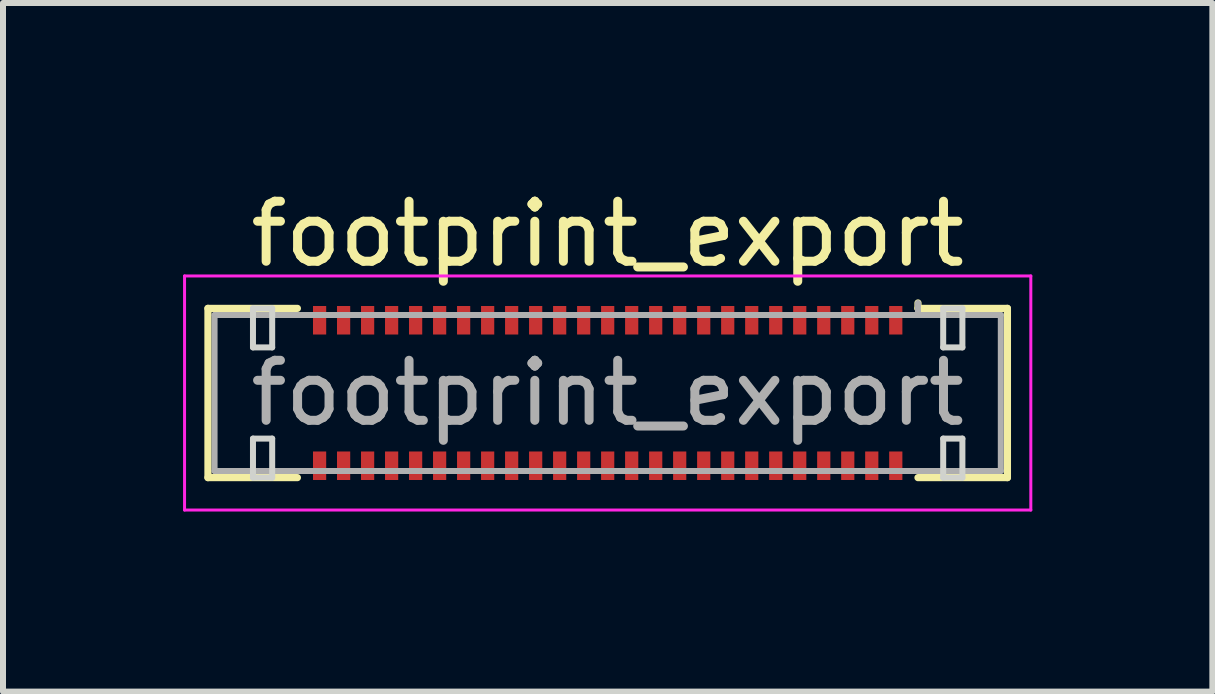
<source format=kicad_pcb>
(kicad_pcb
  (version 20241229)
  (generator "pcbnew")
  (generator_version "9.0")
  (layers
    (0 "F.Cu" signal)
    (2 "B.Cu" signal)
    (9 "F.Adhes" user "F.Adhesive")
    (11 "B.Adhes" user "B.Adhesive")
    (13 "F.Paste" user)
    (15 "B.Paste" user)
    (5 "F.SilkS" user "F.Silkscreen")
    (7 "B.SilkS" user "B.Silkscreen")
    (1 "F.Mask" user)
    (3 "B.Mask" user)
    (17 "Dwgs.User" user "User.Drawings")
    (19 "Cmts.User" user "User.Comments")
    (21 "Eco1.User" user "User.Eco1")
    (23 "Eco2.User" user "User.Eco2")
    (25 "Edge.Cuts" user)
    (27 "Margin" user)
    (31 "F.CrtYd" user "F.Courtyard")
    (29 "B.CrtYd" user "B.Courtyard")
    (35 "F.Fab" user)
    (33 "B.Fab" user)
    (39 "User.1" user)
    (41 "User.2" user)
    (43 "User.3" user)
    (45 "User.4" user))
  (footprint "footprint_export"
    (layer "F.Cu")
    (at 7.075 3.498)
    (property "Reference" "footprint_export" (at 0 -2.65 0) (layer "F.SilkS") (effects (font (size 1 1) (thickness 0.15))))
    (attr smd)
    (fp_line (start -6.66 -1.41) (end -5.17 -1.41) (stroke (width 0.12) (type solid)) (layer "F.SilkS"))
    (fp_line (start -6.66 1.41) (end -6.66 -1.41) (stroke (width 0.12) (type solid)) (layer "F.SilkS"))
    (fp_line (start -5.17 1.41) (end -6.66 1.41) (stroke (width 0.12) (type solid)) (layer "F.SilkS"))
    (fp_line (start 5.17 -1.41) (end 5.17 -1.5) (stroke (width 0.12) (type solid)) (layer "F.SilkS"))
    (fp_line (start 5.17 1.41) (end 6.66 1.41) (stroke (width 0.12) (type solid)) (layer "F.SilkS"))
    (fp_line (start 6.66 -1.41) (end 5.17 -1.41) (stroke (width 0.12) (type solid)) (layer "F.SilkS"))
    (fp_line (start 6.66 1.41) (end 6.66 -1.41) (stroke (width 0.12) (type solid)) (layer "F.SilkS"))
    (fp_line (start -5.91 -1.41) (end -5.91 -0.76) (stroke (width 0.1) (type solid)) (layer "Edge.Cuts"))
    (fp_line (start -5.91 -0.76) (end -5.59 -0.76) (stroke (width 0.1) (type solid)) (layer "Edge.Cuts"))
    (fp_line (start -5.91 0.76) (end -5.91 1.41) (stroke (width 0.1) (type solid)) (layer "Edge.Cuts"))
    (fp_line (start -5.91 1.41) (end -5.59 1.41) (stroke (width 0.1) (type solid)) (layer "Edge.Cuts"))
    (fp_line (start -5.59 -1.41) (end -5.91 -1.41) (stroke (width 0.1) (type solid)) (layer "Edge.Cuts"))
    (fp_line (start -5.59 -0.76) (end -5.59 -1.41) (stroke (width 0.1) (type solid)) (layer "Edge.Cuts"))
    (fp_line (start -5.59 0.76) (end -5.91 0.76) (stroke (width 0.1) (type solid)) (layer "Edge.Cuts"))
    (fp_line (start -5.59 1.41) (end -5.59 0.76) (stroke (width 0.1) (type solid)) (layer "Edge.Cuts"))
    (fp_line (start 5.59 -1.41) (end 5.59 -0.76) (stroke (width 0.1) (type solid)) (layer "Edge.Cuts"))
    (fp_line (start 5.59 -0.76) (end 5.91 -0.76) (stroke (width 0.1) (type solid)) (layer "Edge.Cuts"))
    (fp_line (start 5.59 0.76) (end 5.59 1.41) (stroke (width 0.1) (type solid)) (layer "Edge.Cuts"))
    (fp_line (start 5.59 1.41) (end 5.91 1.41) (stroke (width 0.1) (type solid)) (layer "Edge.Cuts"))
    (fp_line (start 5.91 -1.41) (end 5.59 -1.41) (stroke (width 0.1) (type solid)) (layer "Edge.Cuts"))
    (fp_line (start 5.91 -0.76) (end 5.91 -1.41) (stroke (width 0.1) (type solid)) (layer "Edge.Cuts"))
    (fp_line (start 5.91 0.76) (end 5.59 0.76) (stroke (width 0.1) (type solid)) (layer "Edge.Cuts"))
    (fp_line (start 5.91 1.41) (end 5.91 0.76) (stroke (width 0.1) (type solid)) (layer "Edge.Cuts"))
    (fp_line (start -7.05 -1.95) (end -7.05 1.95) (stroke (width 0.05) (type solid)) (layer "F.CrtYd"))
    (fp_line (start -7.05 1.95) (end 7.05 1.95) (stroke (width 0.05) (type solid)) (layer "F.CrtYd"))
    (fp_line (start 7.05 -1.95) (end -7.05 -1.95) (stroke (width 0.05) (type solid)) (layer "F.CrtYd"))
    (fp_line (start 7.05 1.95) (end 7.05 -1.95) (stroke (width 0.05) (type solid)) (layer "F.CrtYd"))
    (fp_line (start -6.55 -1.3) (end -6.55 1.3) (stroke (width 0.1) (type solid)) (layer "F.Fab"))
    (fp_line (start -6.55 1.3) (end 6.55 1.3) (stroke (width 0.1) (type solid)) (layer "F.Fab"))
    (fp_line (start 5.17 -1.3) (end 5.17 -1.5) (stroke (width 0.1) (type solid)) (layer "F.Fab"))
    (fp_line (start 6.55 -1.3) (end -6.55 -1.3) (stroke (width 0.1) (type solid)) (layer "F.Fab"))
    (fp_line (start 6.55 1.3) (end 6.55 -1.3) (stroke (width 0.1) (type solid)) (layer "F.Fab"))
    (fp_text user "${REFERENCE}" (at 0 0 0) (layer "F.Fab") (effects (font (size 1 1) (thickness 0.15))))
    (pad "1" smd rect (at 4.8 -1.212) (size 0.22 0.475) (layers "F.Cu" "F.Mask" "F.Paste"))
    (pad "2" smd rect (at 4.8 1.212) (size 0.22 0.475) (layers "F.Cu" "F.Mask" "F.Paste"))
    (pad "3" smd rect (at 4.4 -1.212) (size 0.22 0.475) (layers "F.Cu" "F.Mask" "F.Paste"))
    (pad "4" smd rect (at 4.4 1.212) (size 0.22 0.475) (layers "F.Cu" "F.Mask" "F.Paste"))
    (pad "5" smd rect (at 4 -1.212) (size 0.22 0.475) (layers "F.Cu" "F.Mask" "F.Paste"))
    (pad "6" smd rect (at 4 1.212) (size 0.22 0.475) (layers "F.Cu" "F.Mask" "F.Paste"))
    (pad "7" smd rect (at 3.6 -1.212) (size 0.22 0.475) (layers "F.Cu" "F.Mask" "F.Paste"))
    (pad "8" smd rect (at 3.6 1.212) (size 0.22 0.475) (layers "F.Cu" "F.Mask" "F.Paste"))
    (pad "9" smd rect (at 3.2 -1.212) (size 0.22 0.475) (layers "F.Cu" "F.Mask" "F.Paste"))
    (pad "10" smd rect (at 3.2 1.212) (size 0.22 0.475) (layers "F.Cu" "F.Mask" "F.Paste"))
    (pad "11" smd rect (at 2.8 -1.212) (size 0.22 0.475) (layers "F.Cu" "F.Mask" "F.Paste"))
    (pad "12" smd rect (at 2.8 1.212) (size 0.22 0.475) (layers "F.Cu" "F.Mask" "F.Paste"))
    (pad "13" smd rect (at 2.4 -1.212) (size 0.22 0.475) (layers "F.Cu" "F.Mask" "F.Paste"))
    (pad "14" smd rect (at 2.4 1.212) (size 0.22 0.475) (layers "F.Cu" "F.Mask" "F.Paste"))
    (pad "15" smd rect (at 2 -1.212) (size 0.22 0.475) (layers "F.Cu" "F.Mask" "F.Paste"))
    (pad "16" smd rect (at 2 1.212) (size 0.22 0.475) (layers "F.Cu" "F.Mask" "F.Paste"))
    (pad "17" smd rect (at 1.6 -1.212) (size 0.22 0.475) (layers "F.Cu" "F.Mask" "F.Paste"))
    (pad "18" smd rect (at 1.6 1.212) (size 0.22 0.475) (layers "F.Cu" "F.Mask" "F.Paste"))
    (pad "19" smd rect (at 1.2 -1.212) (size 0.22 0.475) (layers "F.Cu" "F.Mask" "F.Paste"))
    (pad "20" smd rect (at 1.2 1.212) (size 0.22 0.475) (layers "F.Cu" "F.Mask" "F.Paste"))
    (pad "21" smd rect (at 0.8 -1.212) (size 0.22 0.475) (layers "F.Cu" "F.Mask" "F.Paste"))
    (pad "22" smd rect (at 0.8 1.212) (size 0.22 0.475) (layers "F.Cu" "F.Mask" "F.Paste"))
    (pad "23" smd rect (at 0.4 -1.212) (size 0.22 0.475) (layers "F.Cu" "F.Mask" "F.Paste"))
    (pad "24" smd rect (at 0.4 1.212) (size 0.22 0.475) (layers "F.Cu" "F.Mask" "F.Paste"))
    (pad "25" smd rect (at 0 -1.212) (size 0.22 0.475) (layers "F.Cu" "F.Mask" "F.Paste"))
    (pad "26" smd rect (at 0 1.212) (size 0.22 0.475) (layers "F.Cu" "F.Mask" "F.Paste"))
    (pad "27" smd rect (at -0.4 -1.212) (size 0.22 0.475) (layers "F.Cu" "F.Mask" "F.Paste"))
    (pad "28" smd rect (at -0.4 1.212) (size 0.22 0.475) (layers "F.Cu" "F.Mask" "F.Paste"))
    (pad "29" smd rect (at -0.8 -1.212) (size 0.22 0.475) (layers "F.Cu" "F.Mask" "F.Paste"))
    (pad "30" smd rect (at -0.8 1.212) (size 0.22 0.475) (layers "F.Cu" "F.Mask" "F.Paste"))
    (pad "31" smd rect (at -1.2 -1.212) (size 0.22 0.475) (layers "F.Cu" "F.Mask" "F.Paste"))
    (pad "32" smd rect (at -1.2 1.212) (size 0.22 0.475) (layers "F.Cu" "F.Mask" "F.Paste"))
    (pad "33" smd rect (at -1.6 -1.212) (size 0.22 0.475) (layers "F.Cu" "F.Mask" "F.Paste"))
    (pad "34" smd rect (at -1.6 1.212) (size 0.22 0.475) (layers "F.Cu" "F.Mask" "F.Paste"))
    (pad "35" smd rect (at -2 -1.212) (size 0.22 0.475) (layers "F.Cu" "F.Mask" "F.Paste"))
    (pad "36" smd rect (at -2 1.212) (size 0.22 0.475) (layers "F.Cu" "F.Mask" "F.Paste"))
    (pad "37" smd rect (at -2.4 -1.212) (size 0.22 0.475) (layers "F.Cu" "F.Mask" "F.Paste"))
    (pad "38" smd rect (at -2.4 1.212) (size 0.22 0.475) (layers "F.Cu" "F.Mask" "F.Paste"))
    (pad "39" smd rect (at -2.8 -1.212) (size 0.22 0.475) (layers "F.Cu" "F.Mask" "F.Paste"))
    (pad "40" smd rect (at -2.8 1.212) (size 0.22 0.475) (layers "F.Cu" "F.Mask" "F.Paste"))
    (pad "41" smd rect (at -3.2 -1.212) (size 0.22 0.475) (layers "F.Cu" "F.Mask" "F.Paste"))
    (pad "42" smd rect (at -3.2 1.212) (size 0.22 0.475) (layers "F.Cu" "F.Mask" "F.Paste"))
    (pad "43" smd rect (at -3.6 -1.212) (size 0.22 0.475) (layers "F.Cu" "F.Mask" "F.Paste"))
    (pad "44" smd rect (at -3.6 1.212) (size 0.22 0.475) (layers "F.Cu" "F.Mask" "F.Paste"))
    (pad "45" smd rect (at -4 -1.212) (size 0.22 0.475) (layers "F.Cu" "F.Mask" "F.Paste"))
    (pad "46" smd rect (at -4 1.212) (size 0.22 0.475) (layers "F.Cu" "F.Mask" "F.Paste"))
    (pad "47" smd rect (at -4.4 -1.212) (size 0.22 0.475) (layers "F.Cu" "F.Mask" "F.Paste"))
    (pad "48" smd rect (at -4.4 1.212) (size 0.22 0.475) (layers "F.Cu" "F.Mask" "F.Paste"))
    (pad "49" smd rect (at -4.8 -1.212) (size 0.22 0.475) (layers "F.Cu" "F.Mask" "F.Paste"))
    (pad "50" smd rect (at -4.8 1.212) (size 0.22 0.475) (layers "F.Cu" "F.Mask" "F.Paste")))
  (gr_rect
    (start -3 -3)
    (end 17.15 8.473)
    (stroke (width 0.1) (type default))
    (fill no)
    (layer "Edge.Cuts")))
</source>
